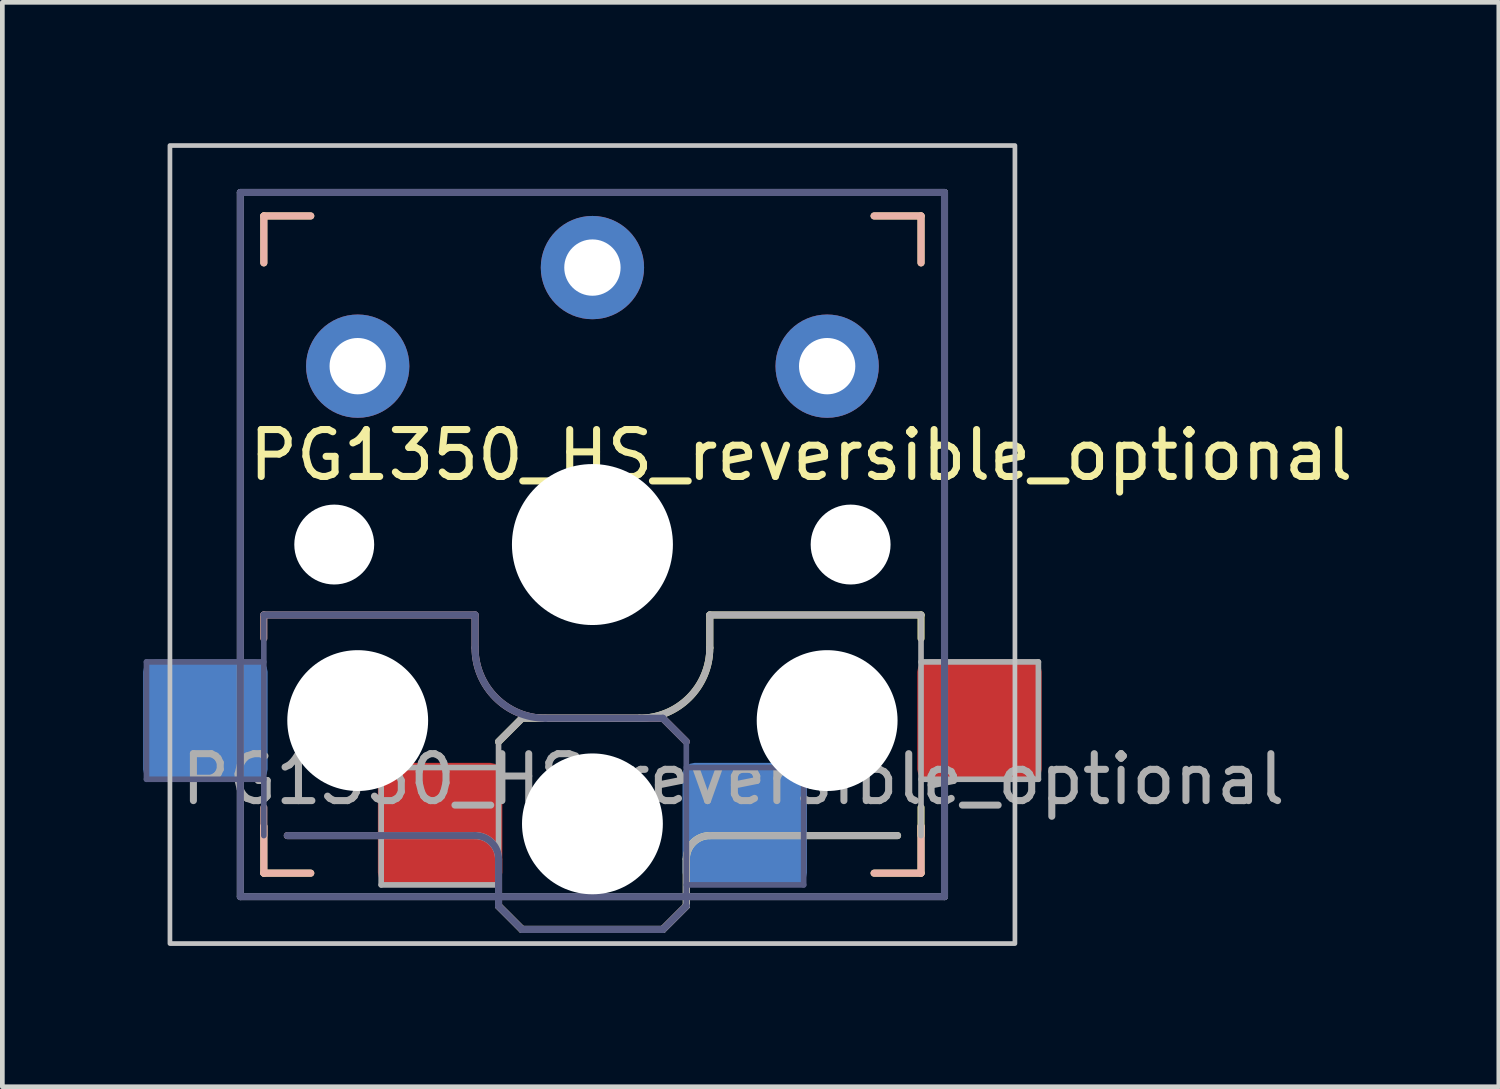
<source format=kicad_pcb>
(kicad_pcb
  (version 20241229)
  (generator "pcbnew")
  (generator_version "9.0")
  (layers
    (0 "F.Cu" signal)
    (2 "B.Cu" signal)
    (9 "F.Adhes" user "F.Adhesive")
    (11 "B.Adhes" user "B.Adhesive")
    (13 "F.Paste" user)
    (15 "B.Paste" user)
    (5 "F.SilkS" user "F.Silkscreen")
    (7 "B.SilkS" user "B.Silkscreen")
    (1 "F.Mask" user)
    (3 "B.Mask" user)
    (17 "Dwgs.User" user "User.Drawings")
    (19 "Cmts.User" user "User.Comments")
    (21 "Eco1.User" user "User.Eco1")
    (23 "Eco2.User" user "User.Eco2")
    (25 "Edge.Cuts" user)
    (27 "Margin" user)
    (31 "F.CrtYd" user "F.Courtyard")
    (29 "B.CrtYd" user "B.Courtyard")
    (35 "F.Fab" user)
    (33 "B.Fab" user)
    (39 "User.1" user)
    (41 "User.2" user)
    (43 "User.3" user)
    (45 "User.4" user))
  (footprint "PG1350_HS_reversible_optional"
    (layer "F.Cu")
    (at 9.57 8.55)
    (property "Reference" "PG1350_HS_reversible_optional" (at 4.445 -1.905 0) (layer "F.SilkS") (effects (font (size 1 1) (thickness 0.15))))
    (attr smd)
    (fp_line (start -7 -7) (end -6 -7) (stroke (width 0.15) (type solid)) (layer "F.SilkS"))
    (fp_line (start -7 -6) (end -7 -7) (stroke (width 0.15) (type solid)) (layer "F.SilkS"))
    (fp_line (start -7 7) (end -7 6) (stroke (width 0.15) (type solid)) (layer "F.SilkS"))
    (fp_line (start -6 7) (end -7 7) (stroke (width 0.15) (type solid)) (layer "F.SilkS"))
    (fp_line (start -2 4.2) (end -1.5 3.7) (stroke (width 0.15) (type solid)) (layer "F.SilkS"))
    (fp_line (start -2 7.7) (end -1.5 8.2) (stroke (width 0.15) (type solid)) (layer "F.SilkS"))
    (fp_line (start -1.5 3.7) (end 1 3.7) (stroke (width 0.15) (type solid)) (layer "F.SilkS"))
    (fp_line (start -1.5 8.2) (end 1.5 8.2) (stroke (width 0.15) (type solid)) (layer "F.SilkS"))
    (fp_line (start 1.5 8.2) (end 2 7.7) (stroke (width 0.15) (type solid)) (layer "F.SilkS"))
    (fp_line (start 2 6.7) (end 2 7.7) (stroke (width 0.15) (type solid)) (layer "F.SilkS"))
    (fp_line (start 2.5 1.5) (end 7 1.5) (stroke (width 0.15) (type solid)) (layer "F.SilkS"))
    (fp_line (start 2.5 2.2) (end 2.5 1.5) (stroke (width 0.15) (type solid)) (layer "F.SilkS"))
    (fp_line (start 6 -7) (end 7 -7) (stroke (width 0.15) (type solid)) (layer "F.SilkS"))
    (fp_line (start 6.5 6.2) (end 2.5 6.2) (stroke (width 0.15) (type solid)) (layer "F.SilkS"))
    (fp_line (start 7 -7) (end 7 -6) (stroke (width 0.15) (type solid)) (layer "F.SilkS"))
    (fp_line (start 7 1.5) (end 7 2) (stroke (width 0.15) (type solid)) (layer "F.SilkS"))
    (fp_line (start 7 5.6) (end 7 6.2) (stroke (width 0.15) (type solid)) (layer "F.SilkS"))
    (fp_line (start 7 6) (end 7 7) (stroke (width 0.15) (type solid)) (layer "F.SilkS"))
    (fp_line (start 7 7) (end 6 7) (stroke (width 0.15) (type solid)) (layer "F.SilkS"))
    (fp_arc (start 2 6.7) (mid 2.146447 6.346447) (end 2.5 6.2) (stroke (width 0.15) (type solid)) (layer "F.SilkS"))
    (fp_arc (start 2.5 2.2) (mid 2.06066 3.26066) (end 1 3.7) (stroke (width 0.15) (type solid)) (layer "F.SilkS"))
    (fp_line (start -7 -7) (end -6 -7) (stroke (width 0.15) (type solid)) (layer "B.SilkS"))
    (fp_line (start -7 -6) (end -7 -7) (stroke (width 0.15) (type solid)) (layer "B.SilkS"))
    (fp_line (start -7 1.5) (end -7 2) (stroke (width 0.15) (type solid)) (layer "B.SilkS"))
    (fp_line (start -7 5.6) (end -7 6.2) (stroke (width 0.15) (type solid)) (layer "B.SilkS"))
    (fp_line (start -7 7) (end -7 6) (stroke (width 0.15) (type solid)) (layer "B.SilkS"))
    (fp_line (start -6.5 6.2) (end -2.5 6.2) (stroke (width 0.15) (type solid)) (layer "B.SilkS"))
    (fp_line (start -6 7) (end -7 7) (stroke (width 0.15) (type solid)) (layer "B.SilkS"))
    (fp_line (start -2.5 1.5) (end -7 1.5) (stroke (width 0.15) (type solid)) (layer "B.SilkS"))
    (fp_line (start -2.5 2.2) (end -2.5 1.5) (stroke (width 0.15) (type solid)) (layer "B.SilkS"))
    (fp_line (start -2 6.7) (end -2 7.7) (stroke (width 0.15) (type solid)) (layer "B.SilkS"))
    (fp_line (start -1.5 8.2) (end -2 7.7) (stroke (width 0.15) (type solid)) (layer "B.SilkS"))
    (fp_line (start 1.5 3.7) (end -1 3.7) (stroke (width 0.15) (type solid)) (layer "B.SilkS"))
    (fp_line (start 1.5 8.2) (end -1.5 8.2) (stroke (width 0.15) (type solid)) (layer "B.SilkS"))
    (fp_line (start 2 4.2) (end 1.5 3.7) (stroke (width 0.15) (type solid)) (layer "B.SilkS"))
    (fp_line (start 2 7.7) (end 1.5 8.2) (stroke (width 0.15) (type solid)) (layer "B.SilkS"))
    (fp_line (start 6 -7) (end 7 -7) (stroke (width 0.15) (type solid)) (layer "B.SilkS"))
    (fp_line (start 7 -7) (end 7 -6) (stroke (width 0.15) (type solid)) (layer "B.SilkS"))
    (fp_line (start 7 6) (end 7 7) (stroke (width 0.15) (type solid)) (layer "B.SilkS"))
    (fp_line (start 7 7) (end 6 7) (stroke (width 0.15) (type solid)) (layer "B.SilkS"))
    (fp_arc (start -2.5 6.2) (mid -2.146447 6.346447) (end -2 6.7) (stroke (width 0.15) (type solid)) (layer "B.SilkS"))
    (fp_arc (start -1 3.7) (mid -2.06066 3.26066) (end -2.5 2.2) (stroke (width 0.15) (type solid)) (layer "B.SilkS"))
    (fp_rect (start -9 -8.5) (end 9 8.5) (stroke (width 0.1) (type default)) (fill no) (layer "Dwgs.User"))
    (fp_line (start -6.9 6.9) (end -6.9 -6.9) (stroke (width 0.15) (type solid)) (layer "Eco2.User"))
    (fp_line (start -6.9 6.9) (end 6.9 6.9) (stroke (width 0.15) (type solid)) (layer "Eco2.User"))
    (fp_line (start 6.9 -6.9) (end -6.9 -6.9) (stroke (width 0.15) (type solid)) (layer "Eco2.User"))
    (fp_line (start 6.9 -6.9) (end 6.9 6.9) (stroke (width 0.15) (type solid)) (layer "Eco2.User"))
    (fp_line (start -9.5 2.5) (end -7 2.5) (stroke (width 0.12) (type solid)) (layer "B.Fab"))
    (fp_line (start -9.5 5) (end -9.5 2.5) (stroke (width 0.12) (type solid)) (layer "B.Fab"))
    (fp_line (start -7.5 -7.5) (end 7.5 -7.5) (stroke (width 0.15) (type solid)) (layer "B.Fab"))
    (fp_line (start -7.5 7.5) (end -7.5 -7.5) (stroke (width 0.15) (type solid)) (layer "B.Fab"))
    (fp_line (start -7 1.5) (end -7 6.2) (stroke (width 0.12) (type solid)) (layer "B.Fab"))
    (fp_line (start -7 5) (end -9.5 5) (stroke (width 0.12) (type solid)) (layer "B.Fab"))
    (fp_line (start -6.5 6.2) (end -2.5 6.2) (stroke (width 0.15) (type solid)) (layer "B.Fab"))
    (fp_line (start -2.5 1.5) (end -7 1.5) (stroke (width 0.15) (type solid)) (layer "B.Fab"))
    (fp_line (start -2.5 2.2) (end -2.5 1.5) (stroke (width 0.15) (type solid)) (layer "B.Fab"))
    (fp_line (start -2 6.7) (end -2 7.7) (stroke (width 0.15) (type solid)) (layer "B.Fab"))
    (fp_line (start -1.5 8.2) (end -2 7.7) (stroke (width 0.15) (type solid)) (layer "B.Fab"))
    (fp_line (start 1.5 3.7) (end -1 3.7) (stroke (width 0.15) (type solid)) (layer "B.Fab"))
    (fp_line (start 1.5 8.2) (end -1.5 8.2) (stroke (width 0.15) (type solid)) (layer "B.Fab"))
    (fp_line (start 2 4.2) (end 1.5 3.7) (stroke (width 0.15) (type solid)) (layer "B.Fab"))
    (fp_line (start 2 4.25) (end 2 7.7) (stroke (width 0.12) (type solid)) (layer "B.Fab"))
    (fp_line (start 2 4.75) (end 4.5 4.75) (stroke (width 0.12) (type solid)) (layer "B.Fab"))
    (fp_line (start 2 7.7) (end 1.5 8.2) (stroke (width 0.15) (type solid)) (layer "B.Fab"))
    (fp_line (start 4.5 4.75) (end 4.5 7.25) (stroke (width 0.12) (type solid)) (layer "B.Fab"))
    (fp_line (start 4.5 7.25) (end 2 7.25) (stroke (width 0.12) (type solid)) (layer "B.Fab"))
    (fp_line (start 7.5 -7.5) (end 7.5 7.5) (stroke (width 0.15) (type solid)) (layer "B.Fab"))
    (fp_line (start 7.5 7.5) (end -7.5 7.5) (stroke (width 0.15) (type solid)) (layer "B.Fab"))
    (fp_arc (start -2.5 6.2) (mid -2.146447 6.346447) (end -2 6.7) (stroke (width 0.15) (type solid)) (layer "B.Fab"))
    (fp_arc (start -1 3.7) (mid -2.06066 3.26066) (end -2.5 2.2) (stroke (width 0.15) (type solid)) (layer "B.Fab"))
    (fp_line (start -7.5 -7.5) (end 7.5 -7.5) (stroke (width 0.15) (type solid)) (layer "F.Fab"))
    (fp_line (start -7.5 7.5) (end -7.5 -7.5) (stroke (width 0.15) (type solid)) (layer "F.Fab"))
    (fp_line (start -4.5 4.75) (end -4.5 7.25) (stroke (width 0.12) (type solid)) (layer "F.Fab"))
    (fp_line (start -4.5 7.25) (end -2 7.25) (stroke (width 0.12) (type solid)) (layer "F.Fab"))
    (fp_line (start -2 4.2) (end -1.5 3.7) (stroke (width 0.15) (type solid)) (layer "F.Fab"))
    (fp_line (start -2 4.25) (end -2 7.7) (stroke (width 0.12) (type solid)) (layer "F.Fab"))
    (fp_line (start -2 4.75) (end -4.5 4.75) (stroke (width 0.12) (type solid)) (layer "F.Fab"))
    (fp_line (start -2 7.7) (end -1.5 8.2) (stroke (width 0.15) (type solid)) (layer "F.Fab"))
    (fp_line (start -1.5 3.7) (end 1 3.7) (stroke (width 0.15) (type solid)) (layer "F.Fab"))
    (fp_line (start -1.5 8.2) (end 1.5 8.2) (stroke (width 0.15) (type solid)) (layer "F.Fab"))
    (fp_line (start 1.5 8.2) (end 2 7.7) (stroke (width 0.15) (type solid)) (layer "F.Fab"))
    (fp_line (start 2 6.7) (end 2 7.7) (stroke (width 0.15) (type solid)) (layer "F.Fab"))
    (fp_line (start 2.5 1.5) (end 7 1.5) (stroke (width 0.15) (type solid)) (layer "F.Fab"))
    (fp_line (start 2.5 2.2) (end 2.5 1.5) (stroke (width 0.15) (type solid)) (layer "F.Fab"))
    (fp_line (start 6.5 6.2) (end 2.5 6.2) (stroke (width 0.15) (type solid)) (layer "F.Fab"))
    (fp_line (start 7 1.5) (end 7 6.2) (stroke (width 0.12) (type solid)) (layer "F.Fab"))
    (fp_line (start 7 5) (end 9.5 5) (stroke (width 0.12) (type solid)) (layer "F.Fab"))
    (fp_line (start 7.5 -7.5) (end 7.5 7.5) (stroke (width 0.15) (type solid)) (layer "F.Fab"))
    (fp_line (start 7.5 7.5) (end -7.5 7.5) (stroke (width 0.15) (type solid)) (layer "F.Fab"))
    (fp_line (start 9.5 2.5) (end 7 2.5) (stroke (width 0.12) (type solid)) (layer "F.Fab"))
    (fp_line (start 9.5 5) (end 9.5 2.5) (stroke (width 0.12) (type solid)) (layer "F.Fab"))
    (fp_arc (start 2 6.7) (mid 2.146447 6.346447) (end 2.5 6.2) (stroke (width 0.15) (type solid)) (layer "F.Fab"))
    (fp_arc (start 2.5 2.2) (mid 2.06066 3.26066) (end 1 3.7) (stroke (width 0.15) (type solid)) (layer "F.Fab"))
    (fp_text user "${REFERENCE}" (at 3 5 180) (layer "F.Fab") (effects (font (size 1 1) (thickness 0.15))))
    (pad "" np_thru_hole circle (at -5.5 0) (size 1.702 1.702) (drill 1.702) (layers "*.Cu" "*.Mask"))
    (pad "" np_thru_hole circle (at -5 3.75) (size 3 3) (drill 3) (layers "*.Cu" "*.Mask"))
    (pad "" np_thru_hole circle (at 0 0) (size 3.429 3.429) (drill 3.429) (layers "*.Cu" "*.Mask"))
    (pad "" np_thru_hole circle (at 0 5.95) (size 3 3) (drill 3) (layers "*.Cu" "*.Mask"))
    (pad "" np_thru_hole circle (at 5 3.75) (size 3 3) (drill 3) (layers "*.Cu" "*.Mask"))
    (pad "" np_thru_hole circle (at 5.5 0) (size 1.702 1.702) (drill 1.702) (layers "*.Cu" "*.Mask"))
    (pad "1" smd roundrect (at -3.245 5.95) (size 2.65 2.6) (layers "F.Cu" "F.Mask" "F.Paste") (roundrect_rratio 0.1))
    (pad "1" thru_hole circle (at 0 -5.9) (size 2.2 2.2) (drill 1.2) (layers "*.Cu" "*.Mask"))
    (pad "1" smd roundrect (at 3.245 5.95) (size 2.65 2.6) (layers "B.Cu" "B.Mask" "B.Paste") (roundrect_rratio 0.1))
    (pad "2" smd roundrect (at -8.245 3.75) (size 2.65 2.6) (layers "B.Cu" "B.Mask" "B.Paste") (roundrect_rratio 0.1))
    (pad "2" thru_hole circle (at -5 -3.8) (size 2.2 2.2) (drill 1.2) (layers "*.Cu" "*.Mask"))
    (pad "2" thru_hole circle (at 5 -3.8) (size 2.2 2.2) (drill 1.2) (layers "*.Cu" "*.Mask"))
    (pad "2" smd roundrect (at 8.245 3.75) (size 2.65 2.6) (layers "F.Cu" "F.Mask" "F.Paste") (roundrect_rratio 0.1)))
  (gr_rect
    (start -3 -3)
    (end 28.878 20.1)
    (stroke (width 0.1) (type default))
    (fill no)
    (layer "Edge.Cuts")))
</source>
